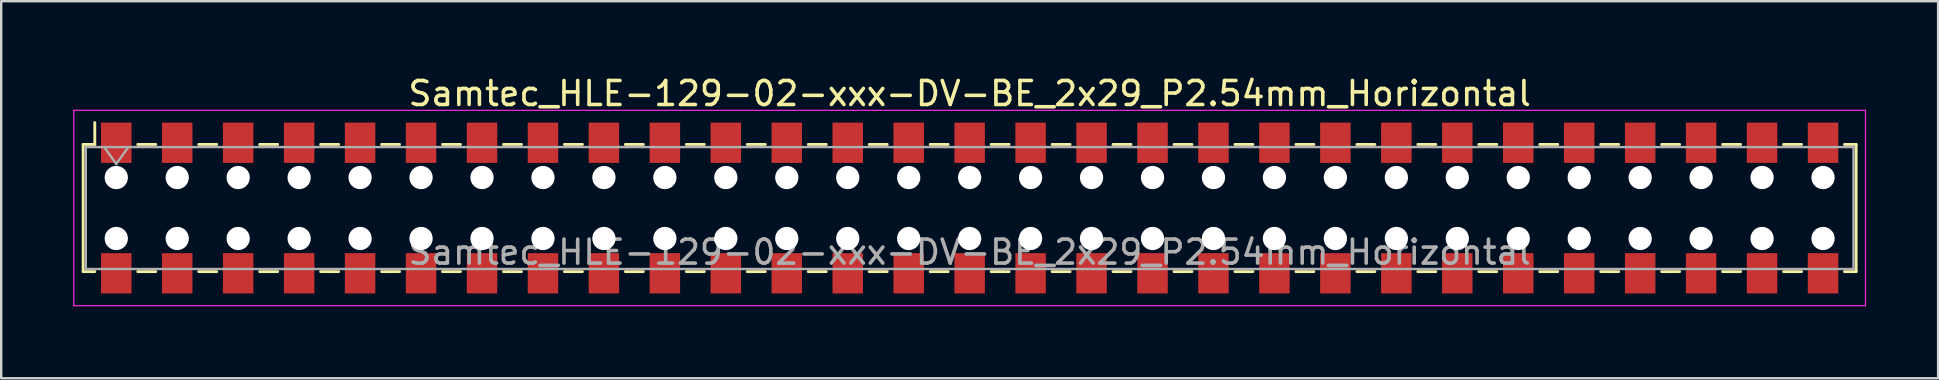
<source format=kicad_pcb>
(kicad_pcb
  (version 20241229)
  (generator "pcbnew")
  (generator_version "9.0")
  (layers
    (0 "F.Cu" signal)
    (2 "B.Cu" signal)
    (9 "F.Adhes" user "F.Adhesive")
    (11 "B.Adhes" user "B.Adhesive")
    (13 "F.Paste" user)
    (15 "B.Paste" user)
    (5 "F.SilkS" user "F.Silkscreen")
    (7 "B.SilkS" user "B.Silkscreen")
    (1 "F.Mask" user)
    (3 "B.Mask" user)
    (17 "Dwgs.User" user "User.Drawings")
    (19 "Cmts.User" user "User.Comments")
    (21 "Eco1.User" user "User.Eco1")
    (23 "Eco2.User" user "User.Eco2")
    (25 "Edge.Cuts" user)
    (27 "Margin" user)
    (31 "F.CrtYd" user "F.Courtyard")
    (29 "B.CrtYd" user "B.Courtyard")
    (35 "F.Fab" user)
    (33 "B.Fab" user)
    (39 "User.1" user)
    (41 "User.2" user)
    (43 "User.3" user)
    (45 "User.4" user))
  (footprint "Samtec_HLE-129-02-xxx-DV-BE_2x29_P2.54mm_Horizontal"
    (layer "F.Cu")
    (at 37.355 5.618)
    (property "Reference" "Samtec_HLE-129-02-xxx-DV-BE_2x29_P2.54mm_Horizontal" (at 0 -4.77 0) (layer "F.SilkS") (effects (font (size 1 1) (thickness 0.15))))
    (attr smd)
    (fp_line (start -36.94 -2.65) (end -36.94 2.65) (stroke (width 0.12) (type solid)) (layer "F.SilkS"))
    (fp_line (start -36.94 2.65) (end -36.455 2.65) (stroke (width 0.12) (type solid)) (layer "F.SilkS"))
    (fp_line (start -36.455 -3.56) (end -36.455 -2.65) (stroke (width 0.12) (type solid)) (layer "F.SilkS"))
    (fp_line (start -36.455 -2.65) (end -36.94 -2.65) (stroke (width 0.12) (type solid)) (layer "F.SilkS"))
    (fp_line (start -34.665 -2.65) (end -33.915 -2.65) (stroke (width 0.12) (type solid)) (layer "F.SilkS"))
    (fp_line (start -34.665 2.65) (end -33.915 2.65) (stroke (width 0.12) (type solid)) (layer "F.SilkS"))
    (fp_line (start -32.125 -2.65) (end -31.375 -2.65) (stroke (width 0.12) (type solid)) (layer "F.SilkS"))
    (fp_line (start -32.125 2.65) (end -31.375 2.65) (stroke (width 0.12) (type solid)) (layer "F.SilkS"))
    (fp_line (start -29.585 -2.65) (end -28.835 -2.65) (stroke (width 0.12) (type solid)) (layer "F.SilkS"))
    (fp_line (start -29.585 2.65) (end -28.835 2.65) (stroke (width 0.12) (type solid)) (layer "F.SilkS"))
    (fp_line (start -27.045 -2.65) (end -26.295 -2.65) (stroke (width 0.12) (type solid)) (layer "F.SilkS"))
    (fp_line (start -27.045 2.65) (end -26.295 2.65) (stroke (width 0.12) (type solid)) (layer "F.SilkS"))
    (fp_line (start -24.505 -2.65) (end -23.755 -2.65) (stroke (width 0.12) (type solid)) (layer "F.SilkS"))
    (fp_line (start -24.505 2.65) (end -23.755 2.65) (stroke (width 0.12) (type solid)) (layer "F.SilkS"))
    (fp_line (start -21.965 -2.65) (end -21.215 -2.65) (stroke (width 0.12) (type solid)) (layer "F.SilkS"))
    (fp_line (start -21.965 2.65) (end -21.215 2.65) (stroke (width 0.12) (type solid)) (layer "F.SilkS"))
    (fp_line (start -19.425 -2.65) (end -18.675 -2.65) (stroke (width 0.12) (type solid)) (layer "F.SilkS"))
    (fp_line (start -19.425 2.65) (end -18.675 2.65) (stroke (width 0.12) (type solid)) (layer "F.SilkS"))
    (fp_line (start -16.885 -2.65) (end -16.135 -2.65) (stroke (width 0.12) (type solid)) (layer "F.SilkS"))
    (fp_line (start -16.885 2.65) (end -16.135 2.65) (stroke (width 0.12) (type solid)) (layer "F.SilkS"))
    (fp_line (start -14.345 -2.65) (end -13.595 -2.65) (stroke (width 0.12) (type solid)) (layer "F.SilkS"))
    (fp_line (start -14.345 2.65) (end -13.595 2.65) (stroke (width 0.12) (type solid)) (layer "F.SilkS"))
    (fp_line (start -11.805 -2.65) (end -11.055 -2.65) (stroke (width 0.12) (type solid)) (layer "F.SilkS"))
    (fp_line (start -11.805 2.65) (end -11.055 2.65) (stroke (width 0.12) (type solid)) (layer "F.SilkS"))
    (fp_line (start -9.265 -2.65) (end -8.515 -2.65) (stroke (width 0.12) (type solid)) (layer "F.SilkS"))
    (fp_line (start -9.265 2.65) (end -8.515 2.65) (stroke (width 0.12) (type solid)) (layer "F.SilkS"))
    (fp_line (start -6.725 -2.65) (end -5.975 -2.65) (stroke (width 0.12) (type solid)) (layer "F.SilkS"))
    (fp_line (start -6.725 2.65) (end -5.975 2.65) (stroke (width 0.12) (type solid)) (layer "F.SilkS"))
    (fp_line (start -4.185 -2.65) (end -3.435 -2.65) (stroke (width 0.12) (type solid)) (layer "F.SilkS"))
    (fp_line (start -4.185 2.65) (end -3.435 2.65) (stroke (width 0.12) (type solid)) (layer "F.SilkS"))
    (fp_line (start -1.645 -2.65) (end -0.895 -2.65) (stroke (width 0.12) (type solid)) (layer "F.SilkS"))
    (fp_line (start -1.645 2.65) (end -0.895 2.65) (stroke (width 0.12) (type solid)) (layer "F.SilkS"))
    (fp_line (start 0.895 -2.65) (end 1.645 -2.65) (stroke (width 0.12) (type solid)) (layer "F.SilkS"))
    (fp_line (start 0.895 2.65) (end 1.645 2.65) (stroke (width 0.12) (type solid)) (layer "F.SilkS"))
    (fp_line (start 3.435 -2.65) (end 4.185 -2.65) (stroke (width 0.12) (type solid)) (layer "F.SilkS"))
    (fp_line (start 3.435 2.65) (end 4.185 2.65) (stroke (width 0.12) (type solid)) (layer "F.SilkS"))
    (fp_line (start 5.975 -2.65) (end 6.725 -2.65) (stroke (width 0.12) (type solid)) (layer "F.SilkS"))
    (fp_line (start 5.975 2.65) (end 6.725 2.65) (stroke (width 0.12) (type solid)) (layer "F.SilkS"))
    (fp_line (start 8.515 -2.65) (end 9.265 -2.65) (stroke (width 0.12) (type solid)) (layer "F.SilkS"))
    (fp_line (start 8.515 2.65) (end 9.265 2.65) (stroke (width 0.12) (type solid)) (layer "F.SilkS"))
    (fp_line (start 11.055 -2.65) (end 11.805 -2.65) (stroke (width 0.12) (type solid)) (layer "F.SilkS"))
    (fp_line (start 11.055 2.65) (end 11.805 2.65) (stroke (width 0.12) (type solid)) (layer "F.SilkS"))
    (fp_line (start 13.595 -2.65) (end 14.345 -2.65) (stroke (width 0.12) (type solid)) (layer "F.SilkS"))
    (fp_line (start 13.595 2.65) (end 14.345 2.65) (stroke (width 0.12) (type solid)) (layer "F.SilkS"))
    (fp_line (start 16.135 -2.65) (end 16.885 -2.65) (stroke (width 0.12) (type solid)) (layer "F.SilkS"))
    (fp_line (start 16.135 2.65) (end 16.885 2.65) (stroke (width 0.12) (type solid)) (layer "F.SilkS"))
    (fp_line (start 18.675 -2.65) (end 19.425 -2.65) (stroke (width 0.12) (type solid)) (layer "F.SilkS"))
    (fp_line (start 18.675 2.65) (end 19.425 2.65) (stroke (width 0.12) (type solid)) (layer "F.SilkS"))
    (fp_line (start 21.215 -2.65) (end 21.965 -2.65) (stroke (width 0.12) (type solid)) (layer "F.SilkS"))
    (fp_line (start 21.215 2.65) (end 21.965 2.65) (stroke (width 0.12) (type solid)) (layer "F.SilkS"))
    (fp_line (start 23.755 -2.65) (end 24.505 -2.65) (stroke (width 0.12) (type solid)) (layer "F.SilkS"))
    (fp_line (start 23.755 2.65) (end 24.505 2.65) (stroke (width 0.12) (type solid)) (layer "F.SilkS"))
    (fp_line (start 26.295 -2.65) (end 27.045 -2.65) (stroke (width 0.12) (type solid)) (layer "F.SilkS"))
    (fp_line (start 26.295 2.65) (end 27.045 2.65) (stroke (width 0.12) (type solid)) (layer "F.SilkS"))
    (fp_line (start 28.835 -2.65) (end 29.585 -2.65) (stroke (width 0.12) (type solid)) (layer "F.SilkS"))
    (fp_line (start 28.835 2.65) (end 29.585 2.65) (stroke (width 0.12) (type solid)) (layer "F.SilkS"))
    (fp_line (start 31.375 -2.65) (end 32.125 -2.65) (stroke (width 0.12) (type solid)) (layer "F.SilkS"))
    (fp_line (start 31.375 2.65) (end 32.125 2.65) (stroke (width 0.12) (type solid)) (layer "F.SilkS"))
    (fp_line (start 33.915 -2.65) (end 34.665 -2.65) (stroke (width 0.12) (type solid)) (layer "F.SilkS"))
    (fp_line (start 33.915 2.65) (end 34.665 2.65) (stroke (width 0.12) (type solid)) (layer "F.SilkS"))
    (fp_line (start 36.455 -2.65) (end 36.94 -2.65) (stroke (width 0.12) (type solid)) (layer "F.SilkS"))
    (fp_line (start 36.94 -2.65) (end 36.94 2.65) (stroke (width 0.12) (type solid)) (layer "F.SilkS"))
    (fp_line (start 36.94 2.65) (end 36.455 2.65) (stroke (width 0.12) (type solid)) (layer "F.SilkS"))
    (fp_line (start -37.33 -4.07) (end 37.33 -4.07) (stroke (width 0.05) (type solid)) (layer "F.CrtYd"))
    (fp_line (start -37.33 4.07) (end -37.33 -4.07) (stroke (width 0.05) (type solid)) (layer "F.CrtYd"))
    (fp_line (start 37.33 -4.07) (end 37.33 4.07) (stroke (width 0.05) (type solid)) (layer "F.CrtYd"))
    (fp_line (start 37.33 4.07) (end -37.33 4.07) (stroke (width 0.05) (type solid)) (layer "F.CrtYd"))
    (fp_line (start -36.83 -2.54) (end 36.83 -2.54) (stroke (width 0.1) (type solid)) (layer "F.Fab"))
    (fp_line (start -36.83 2.54) (end -36.83 -2.54) (stroke (width 0.1) (type solid)) (layer "F.Fab"))
    (fp_line (start -36.06 -2.54) (end -35.56 -1.833) (stroke (width 0.1) (type solid)) (layer "F.Fab"))
    (fp_line (start -35.56 -1.833) (end -35.06 -2.54) (stroke (width 0.1) (type solid)) (layer "F.Fab"))
    (fp_line (start 36.83 -2.54) (end 36.83 2.54) (stroke (width 0.1) (type solid)) (layer "F.Fab"))
    (fp_line (start 36.83 2.54) (end -36.83 2.54) (stroke (width 0.1) (type solid)) (layer "F.Fab"))
    (fp_text user "${REFERENCE}" (at 0 1.84 0) (layer "F.Fab") (effects (font (size 1 1) (thickness 0.15))))
    (pad "" np_thru_hole circle (at -35.56 -1.27) (size 0.97 0.97) (drill 0.97) (layers "*.Cu" "*.Mask"))
    (pad "" np_thru_hole circle (at -35.56 1.27) (size 0.97 0.97) (drill 0.97) (layers "*.Cu" "*.Mask"))
    (pad "" np_thru_hole circle (at -33.02 -1.27) (size 0.97 0.97) (drill 0.97) (layers "*.Cu" "*.Mask"))
    (pad "" np_thru_hole circle (at -33.02 1.27) (size 0.97 0.97) (drill 0.97) (layers "*.Cu" "*.Mask"))
    (pad "" np_thru_hole circle (at -30.48 -1.27) (size 0.97 0.97) (drill 0.97) (layers "*.Cu" "*.Mask"))
    (pad "" np_thru_hole circle (at -30.48 1.27) (size 0.97 0.97) (drill 0.97) (layers "*.Cu" "*.Mask"))
    (pad "" np_thru_hole circle (at -27.94 -1.27) (size 0.97 0.97) (drill 0.97) (layers "*.Cu" "*.Mask"))
    (pad "" np_thru_hole circle (at -27.94 1.27) (size 0.97 0.97) (drill 0.97) (layers "*.Cu" "*.Mask"))
    (pad "" np_thru_hole circle (at -25.4 -1.27) (size 0.97 0.97) (drill 0.97) (layers "*.Cu" "*.Mask"))
    (pad "" np_thru_hole circle (at -25.4 1.27) (size 0.97 0.97) (drill 0.97) (layers "*.Cu" "*.Mask"))
    (pad "" np_thru_hole circle (at -22.86 -1.27) (size 0.97 0.97) (drill 0.97) (layers "*.Cu" "*.Mask"))
    (pad "" np_thru_hole circle (at -22.86 1.27) (size 0.97 0.97) (drill 0.97) (layers "*.Cu" "*.Mask"))
    (pad "" np_thru_hole circle (at -20.32 -1.27) (size 0.97 0.97) (drill 0.97) (layers "*.Cu" "*.Mask"))
    (pad "" np_thru_hole circle (at -20.32 1.27) (size 0.97 0.97) (drill 0.97) (layers "*.Cu" "*.Mask"))
    (pad "" np_thru_hole circle (at -17.78 -1.27) (size 0.97 0.97) (drill 0.97) (layers "*.Cu" "*.Mask"))
    (pad "" np_thru_hole circle (at -17.78 1.27) (size 0.97 0.97) (drill 0.97) (layers "*.Cu" "*.Mask"))
    (pad "" np_thru_hole circle (at -15.24 -1.27) (size 0.97 0.97) (drill 0.97) (layers "*.Cu" "*.Mask"))
    (pad "" np_thru_hole circle (at -15.24 1.27) (size 0.97 0.97) (drill 0.97) (layers "*.Cu" "*.Mask"))
    (pad "" np_thru_hole circle (at -12.7 -1.27) (size 0.97 0.97) (drill 0.97) (layers "*.Cu" "*.Mask"))
    (pad "" np_thru_hole circle (at -12.7 1.27) (size 0.97 0.97) (drill 0.97) (layers "*.Cu" "*.Mask"))
    (pad "" np_thru_hole circle (at -10.16 -1.27) (size 0.97 0.97) (drill 0.97) (layers "*.Cu" "*.Mask"))
    (pad "" np_thru_hole circle (at -10.16 1.27) (size 0.97 0.97) (drill 0.97) (layers "*.Cu" "*.Mask"))
    (pad "" np_thru_hole circle (at -7.62 -1.27) (size 0.97 0.97) (drill 0.97) (layers "*.Cu" "*.Mask"))
    (pad "" np_thru_hole circle (at -7.62 1.27) (size 0.97 0.97) (drill 0.97) (layers "*.Cu" "*.Mask"))
    (pad "" np_thru_hole circle (at -5.08 -1.27) (size 0.97 0.97) (drill 0.97) (layers "*.Cu" "*.Mask"))
    (pad "" np_thru_hole circle (at -5.08 1.27) (size 0.97 0.97) (drill 0.97) (layers "*.Cu" "*.Mask"))
    (pad "" np_thru_hole circle (at -2.54 -1.27) (size 0.97 0.97) (drill 0.97) (layers "*.Cu" "*.Mask"))
    (pad "" np_thru_hole circle (at -2.54 1.27) (size 0.97 0.97) (drill 0.97) (layers "*.Cu" "*.Mask"))
    (pad "" np_thru_hole circle (at 0 -1.27) (size 0.97 0.97) (drill 0.97) (layers "*.Cu" "*.Mask"))
    (pad "" np_thru_hole circle (at 0 1.27) (size 0.97 0.97) (drill 0.97) (layers "*.Cu" "*.Mask"))
    (pad "" np_thru_hole circle (at 2.54 -1.27) (size 0.97 0.97) (drill 0.97) (layers "*.Cu" "*.Mask"))
    (pad "" np_thru_hole circle (at 2.54 1.27) (size 0.97 0.97) (drill 0.97) (layers "*.Cu" "*.Mask"))
    (pad "" np_thru_hole circle (at 5.08 -1.27) (size 0.97 0.97) (drill 0.97) (layers "*.Cu" "*.Mask"))
    (pad "" np_thru_hole circle (at 5.08 1.27) (size 0.97 0.97) (drill 0.97) (layers "*.Cu" "*.Mask"))
    (pad "" np_thru_hole circle (at 7.62 -1.27) (size 0.97 0.97) (drill 0.97) (layers "*.Cu" "*.Mask"))
    (pad "" np_thru_hole circle (at 7.62 1.27) (size 0.97 0.97) (drill 0.97) (layers "*.Cu" "*.Mask"))
    (pad "" np_thru_hole circle (at 10.16 -1.27) (size 0.97 0.97) (drill 0.97) (layers "*.Cu" "*.Mask"))
    (pad "" np_thru_hole circle (at 10.16 1.27) (size 0.97 0.97) (drill 0.97) (layers "*.Cu" "*.Mask"))
    (pad "" np_thru_hole circle (at 12.7 -1.27) (size 0.97 0.97) (drill 0.97) (layers "*.Cu" "*.Mask"))
    (pad "" np_thru_hole circle (at 12.7 1.27) (size 0.97 0.97) (drill 0.97) (layers "*.Cu" "*.Mask"))
    (pad "" np_thru_hole circle (at 15.24 -1.27) (size 0.97 0.97) (drill 0.97) (layers "*.Cu" "*.Mask"))
    (pad "" np_thru_hole circle (at 15.24 1.27) (size 0.97 0.97) (drill 0.97) (layers "*.Cu" "*.Mask"))
    (pad "" np_thru_hole circle (at 17.78 -1.27) (size 0.97 0.97) (drill 0.97) (layers "*.Cu" "*.Mask"))
    (pad "" np_thru_hole circle (at 17.78 1.27) (size 0.97 0.97) (drill 0.97) (layers "*.Cu" "*.Mask"))
    (pad "" np_thru_hole circle (at 20.32 -1.27) (size 0.97 0.97) (drill 0.97) (layers "*.Cu" "*.Mask"))
    (pad "" np_thru_hole circle (at 20.32 1.27) (size 0.97 0.97) (drill 0.97) (layers "*.Cu" "*.Mask"))
    (pad "" np_thru_hole circle (at 22.86 -1.27) (size 0.97 0.97) (drill 0.97) (layers "*.Cu" "*.Mask"))
    (pad "" np_thru_hole circle (at 22.86 1.27) (size 0.97 0.97) (drill 0.97) (layers "*.Cu" "*.Mask"))
    (pad "" np_thru_hole circle (at 25.4 -1.27) (size 0.97 0.97) (drill 0.97) (layers "*.Cu" "*.Mask"))
    (pad "" np_thru_hole circle (at 25.4 1.27) (size 0.97 0.97) (drill 0.97) (layers "*.Cu" "*.Mask"))
    (pad "" np_thru_hole circle (at 27.94 -1.27) (size 0.97 0.97) (drill 0.97) (layers "*.Cu" "*.Mask"))
    (pad "" np_thru_hole circle (at 27.94 1.27) (size 0.97 0.97) (drill 0.97) (layers "*.Cu" "*.Mask"))
    (pad "" np_thru_hole circle (at 30.48 -1.27) (size 0.97 0.97) (drill 0.97) (layers "*.Cu" "*.Mask"))
    (pad "" np_thru_hole circle (at 30.48 1.27) (size 0.97 0.97) (drill 0.97) (layers "*.Cu" "*.Mask"))
    (pad "" np_thru_hole circle (at 33.02 -1.27) (size 0.97 0.97) (drill 0.97) (layers "*.Cu" "*.Mask"))
    (pad "" np_thru_hole circle (at 33.02 1.27) (size 0.97 0.97) (drill 0.97) (layers "*.Cu" "*.Mask"))
    (pad "" np_thru_hole circle (at 35.56 -1.27) (size 0.97 0.97) (drill 0.97) (layers "*.Cu" "*.Mask"))
    (pad "" np_thru_hole circle (at 35.56 1.27) (size 0.97 0.97) (drill 0.97) (layers "*.Cu" "*.Mask"))
    (pad "1" smd rect (at -35.56 -2.72) (size 1.27 1.68) (layers "F.Cu" "F.Mask" "F.Paste"))
    (pad "2" smd rect (at -35.56 2.72) (size 1.27 1.68) (layers "F.Cu" "F.Mask" "F.Paste"))
    (pad "3" smd rect (at -33.02 -2.72) (size 1.27 1.68) (layers "F.Cu" "F.Mask" "F.Paste"))
    (pad "4" smd rect (at -33.02 2.72) (size 1.27 1.68) (layers "F.Cu" "F.Mask" "F.Paste"))
    (pad "5" smd rect (at -30.48 -2.72) (size 1.27 1.68) (layers "F.Cu" "F.Mask" "F.Paste"))
    (pad "6" smd rect (at -30.48 2.72) (size 1.27 1.68) (layers "F.Cu" "F.Mask" "F.Paste"))
    (pad "7" smd rect (at -27.94 -2.72) (size 1.27 1.68) (layers "F.Cu" "F.Mask" "F.Paste"))
    (pad "8" smd rect (at -27.94 2.72) (size 1.27 1.68) (layers "F.Cu" "F.Mask" "F.Paste"))
    (pad "9" smd rect (at -25.4 -2.72) (size 1.27 1.68) (layers "F.Cu" "F.Mask" "F.Paste"))
    (pad "10" smd rect (at -25.4 2.72) (size 1.27 1.68) (layers "F.Cu" "F.Mask" "F.Paste"))
    (pad "11" smd rect (at -22.86 -2.72) (size 1.27 1.68) (layers "F.Cu" "F.Mask" "F.Paste"))
    (pad "12" smd rect (at -22.86 2.72) (size 1.27 1.68) (layers "F.Cu" "F.Mask" "F.Paste"))
    (pad "13" smd rect (at -20.32 -2.72) (size 1.27 1.68) (layers "F.Cu" "F.Mask" "F.Paste"))
    (pad "14" smd rect (at -20.32 2.72) (size 1.27 1.68) (layers "F.Cu" "F.Mask" "F.Paste"))
    (pad "15" smd rect (at -17.78 -2.72) (size 1.27 1.68) (layers "F.Cu" "F.Mask" "F.Paste"))
    (pad "16" smd rect (at -17.78 2.72) (size 1.27 1.68) (layers "F.Cu" "F.Mask" "F.Paste"))
    (pad "17" smd rect (at -15.24 -2.72) (size 1.27 1.68) (layers "F.Cu" "F.Mask" "F.Paste"))
    (pad "18" smd rect (at -15.24 2.72) (size 1.27 1.68) (layers "F.Cu" "F.Mask" "F.Paste"))
    (pad "19" smd rect (at -12.7 -2.72) (size 1.27 1.68) (layers "F.Cu" "F.Mask" "F.Paste"))
    (pad "20" smd rect (at -12.7 2.72) (size 1.27 1.68) (layers "F.Cu" "F.Mask" "F.Paste"))
    (pad "21" smd rect (at -10.16 -2.72) (size 1.27 1.68) (layers "F.Cu" "F.Mask" "F.Paste"))
    (pad "22" smd rect (at -10.16 2.72) (size 1.27 1.68) (layers "F.Cu" "F.Mask" "F.Paste"))
    (pad "23" smd rect (at -7.62 -2.72) (size 1.27 1.68) (layers "F.Cu" "F.Mask" "F.Paste"))
    (pad "24" smd rect (at -7.62 2.72) (size 1.27 1.68) (layers "F.Cu" "F.Mask" "F.Paste"))
    (pad "25" smd rect (at -5.08 -2.72) (size 1.27 1.68) (layers "F.Cu" "F.Mask" "F.Paste"))
    (pad "26" smd rect (at -5.08 2.72) (size 1.27 1.68) (layers "F.Cu" "F.Mask" "F.Paste"))
    (pad "27" smd rect (at -2.54 -2.72) (size 1.27 1.68) (layers "F.Cu" "F.Mask" "F.Paste"))
    (pad "28" smd rect (at -2.54 2.72) (size 1.27 1.68) (layers "F.Cu" "F.Mask" "F.Paste"))
    (pad "29" smd rect (at 0 -2.72) (size 1.27 1.68) (layers "F.Cu" "F.Mask" "F.Paste"))
    (pad "30" smd rect (at 0 2.72) (size 1.27 1.68) (layers "F.Cu" "F.Mask" "F.Paste"))
    (pad "31" smd rect (at 2.54 -2.72) (size 1.27 1.68) (layers "F.Cu" "F.Mask" "F.Paste"))
    (pad "32" smd rect (at 2.54 2.72) (size 1.27 1.68) (layers "F.Cu" "F.Mask" "F.Paste"))
    (pad "33" smd rect (at 5.08 -2.72) (size 1.27 1.68) (layers "F.Cu" "F.Mask" "F.Paste"))
    (pad "34" smd rect (at 5.08 2.72) (size 1.27 1.68) (layers "F.Cu" "F.Mask" "F.Paste"))
    (pad "35" smd rect (at 7.62 -2.72) (size 1.27 1.68) (layers "F.Cu" "F.Mask" "F.Paste"))
    (pad "36" smd rect (at 7.62 2.72) (size 1.27 1.68) (layers "F.Cu" "F.Mask" "F.Paste"))
    (pad "37" smd rect (at 10.16 -2.72) (size 1.27 1.68) (layers "F.Cu" "F.Mask" "F.Paste"))
    (pad "38" smd rect (at 10.16 2.72) (size 1.27 1.68) (layers "F.Cu" "F.Mask" "F.Paste"))
    (pad "39" smd rect (at 12.7 -2.72) (size 1.27 1.68) (layers "F.Cu" "F.Mask" "F.Paste"))
    (pad "40" smd rect (at 12.7 2.72) (size 1.27 1.68) (layers "F.Cu" "F.Mask" "F.Paste"))
    (pad "41" smd rect (at 15.24 -2.72) (size 1.27 1.68) (layers "F.Cu" "F.Mask" "F.Paste"))
    (pad "42" smd rect (at 15.24 2.72) (size 1.27 1.68) (layers "F.Cu" "F.Mask" "F.Paste"))
    (pad "43" smd rect (at 17.78 -2.72) (size 1.27 1.68) (layers "F.Cu" "F.Mask" "F.Paste"))
    (pad "44" smd rect (at 17.78 2.72) (size 1.27 1.68) (layers "F.Cu" "F.Mask" "F.Paste"))
    (pad "45" smd rect (at 20.32 -2.72) (size 1.27 1.68) (layers "F.Cu" "F.Mask" "F.Paste"))
    (pad "46" smd rect (at 20.32 2.72) (size 1.27 1.68) (layers "F.Cu" "F.Mask" "F.Paste"))
    (pad "47" smd rect (at 22.86 -2.72) (size 1.27 1.68) (layers "F.Cu" "F.Mask" "F.Paste"))
    (pad "48" smd rect (at 22.86 2.72) (size 1.27 1.68) (layers "F.Cu" "F.Mask" "F.Paste"))
    (pad "49" smd rect (at 25.4 -2.72) (size 1.27 1.68) (layers "F.Cu" "F.Mask" "F.Paste"))
    (pad "50" smd rect (at 25.4 2.72) (size 1.27 1.68) (layers "F.Cu" "F.Mask" "F.Paste"))
    (pad "51" smd rect (at 27.94 -2.72) (size 1.27 1.68) (layers "F.Cu" "F.Mask" "F.Paste"))
    (pad "52" smd rect (at 27.94 2.72) (size 1.27 1.68) (layers "F.Cu" "F.Mask" "F.Paste"))
    (pad "53" smd rect (at 30.48 -2.72) (size 1.27 1.68) (layers "F.Cu" "F.Mask" "F.Paste"))
    (pad "54" smd rect (at 30.48 2.72) (size 1.27 1.68) (layers "F.Cu" "F.Mask" "F.Paste"))
    (pad "55" smd rect (at 33.02 -2.72) (size 1.27 1.68) (layers "F.Cu" "F.Mask" "F.Paste"))
    (pad "56" smd rect (at 33.02 2.72) (size 1.27 1.68) (layers "F.Cu" "F.Mask" "F.Paste"))
    (pad "57" smd rect (at 35.56 -2.72) (size 1.27 1.68) (layers "F.Cu" "F.Mask" "F.Paste"))
    (pad "58" smd rect (at 35.56 2.72) (size 1.27 1.68) (layers "F.Cu" "F.Mask" "F.Paste")))
  (gr_rect
    (start -3 -3)
    (end 77.71 12.713)
    (stroke (width 0.1) (type default))
    (fill no)
    (layer "Edge.Cuts")))
</source>
